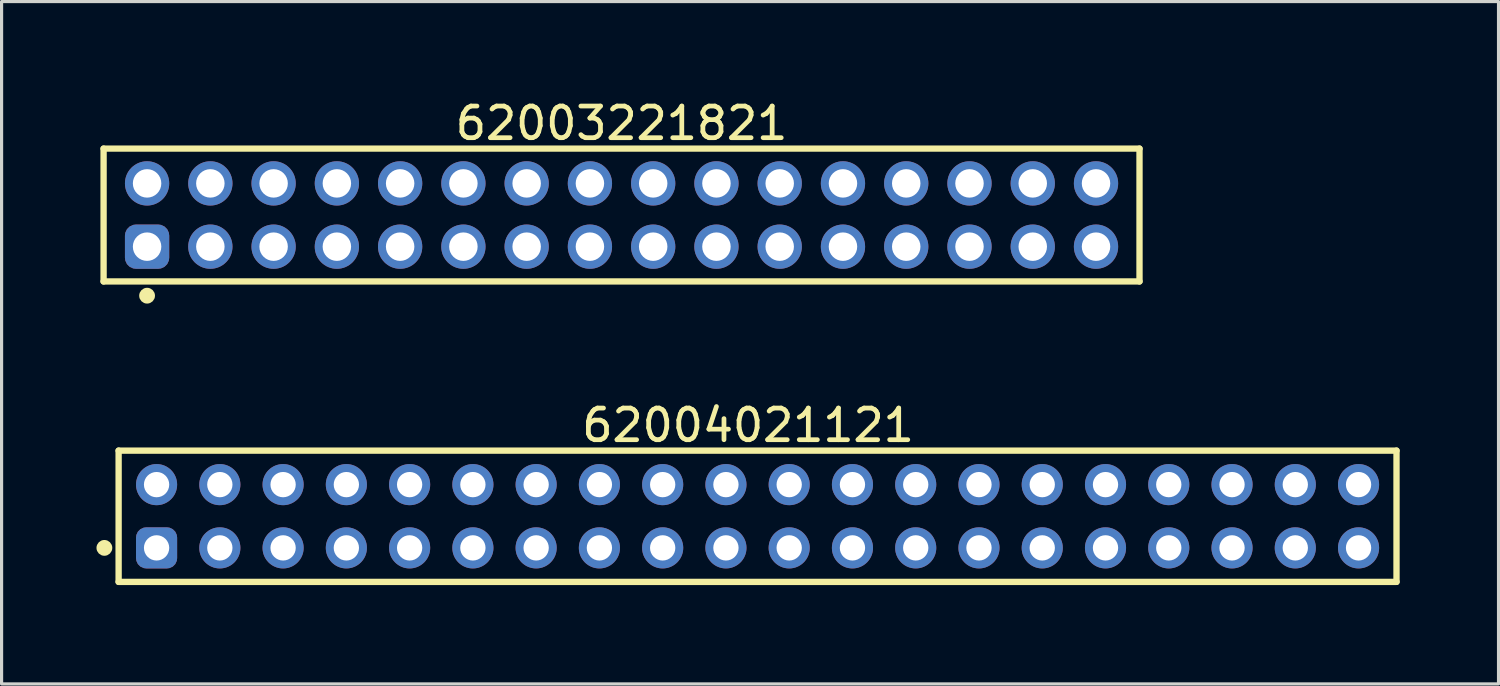
<source format=kicad_pcb>
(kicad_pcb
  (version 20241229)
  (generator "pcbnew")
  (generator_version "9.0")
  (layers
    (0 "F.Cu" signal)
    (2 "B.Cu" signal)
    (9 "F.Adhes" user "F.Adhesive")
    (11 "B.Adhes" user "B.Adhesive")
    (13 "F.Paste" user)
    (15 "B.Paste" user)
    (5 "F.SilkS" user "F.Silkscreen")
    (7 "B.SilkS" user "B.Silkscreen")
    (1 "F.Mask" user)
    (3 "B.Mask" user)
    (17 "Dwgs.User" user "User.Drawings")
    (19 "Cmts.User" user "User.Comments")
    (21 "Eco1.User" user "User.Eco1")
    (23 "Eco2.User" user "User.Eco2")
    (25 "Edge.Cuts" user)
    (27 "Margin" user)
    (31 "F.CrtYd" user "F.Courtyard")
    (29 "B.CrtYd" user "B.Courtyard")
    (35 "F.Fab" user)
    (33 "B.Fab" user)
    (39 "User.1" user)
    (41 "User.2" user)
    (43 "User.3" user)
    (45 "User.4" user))
  (footprint "62003221821"
    (layer "F.Cu")
    (at 16.6 3.748)
    (property "Reference" "62003221821" (at -0.000005 -2.9 0) (layer "F.SilkS") (effects (font (size 1 1) (thickness 0.15))))
    (fp_line (start -16.375 -2.1) (end 16.375 -2.1) (stroke (width 0.2) (type solid)) (layer "F.SilkS"))
    (fp_line (start -16.375 2.1) (end -16.375 -2.1) (stroke (width 0.2) (type solid)) (layer "F.SilkS"))
    (fp_line (start -16.375 2.1) (end 16.375 2.1) (stroke (width 0.2) (type solid)) (layer "F.SilkS"))
    (fp_line (start 16.375 2.1) (end 16.375 -2.1) (stroke (width 0.2) (type solid)) (layer "F.SilkS"))
    (fp_circle (center -15 2.55) (end -15 2.425) (stroke (width 0.25) (type solid)) (fill no) (layer "F.SilkS"))
    (fp_line (start -16.575 -2.3) (end 16.575 -2.3) (stroke (width 0.05) (type solid)) (layer "Eco2.User"))
    (fp_line (start -16.575 2.3) (end -16.575 -2.3) (stroke (width 0.05) (type solid)) (layer "Eco2.User"))
    (fp_line (start -16.575 2.3) (end 16.575 2.3) (stroke (width 0.05) (type solid)) (layer "Eco2.User"))
    (fp_line (start -16.2 -2) (end 16.2 -2) (stroke (width 0.1) (type solid)) (layer "Eco2.User"))
    (fp_line (start -16.2 2) (end -16.2 -2) (stroke (width 0.1) (type solid)) (layer "Eco2.User"))
    (fp_line (start -16.2 2) (end 16.2 2) (stroke (width 0.1) (type solid)) (layer "Eco2.User"))
    (fp_line (start -0.5 0) (end 0.5 0) (stroke (width 0.05) (type solid)) (layer "Eco2.User"))
    (fp_line (start 0 0.5) (end 0 -0.5) (stroke (width 0.05) (type solid)) (layer "Eco2.User"))
    (fp_line (start 16.2 2) (end 16.2 -2) (stroke (width 0.1) (type solid)) (layer "Eco2.User"))
    (fp_line (start 16.575 2.3) (end 16.575 -2.3) (stroke (width 0.05) (type solid)) (layer "Eco2.User"))
    (fp_text user "${REFERENCE}" (at 0.1 -0.131 0) (unlocked yes) (layer "User.3") (effects (font (size 1 1) (thickness 0.1))))
    (pad "1" thru_hole roundrect (at -15 1) (size 1.4 1.4) (drill 0.9) (layers "*.Cu" "*.Mask") (roundrect_rratio 0.25))
    (pad "2" thru_hole circle (at -15 -1) (size 1.4 1.4) (drill 0.9) (layers "*.Cu" "*.Mask"))
    (pad "3" thru_hole circle (at -13 1) (size 1.4 1.4) (drill 0.9) (layers "*.Cu" "*.Mask"))
    (pad "4" thru_hole circle (at -13 -1) (size 1.4 1.4) (drill 0.9) (layers "*.Cu" "*.Mask"))
    (pad "5" thru_hole circle (at -11 1) (size 1.4 1.4) (drill 0.9) (layers "*.Cu" "*.Mask"))
    (pad "6" thru_hole circle (at -11 -1) (size 1.4 1.4) (drill 0.9) (layers "*.Cu" "*.Mask"))
    (pad "7" thru_hole circle (at -9 1) (size 1.4 1.4) (drill 0.9) (layers "*.Cu" "*.Mask"))
    (pad "8" thru_hole circle (at -9 -1) (size 1.4 1.4) (drill 0.9) (layers "*.Cu" "*.Mask"))
    (pad "9" thru_hole circle (at -7 1) (size 1.4 1.4) (drill 0.9) (layers "*.Cu" "*.Mask"))
    (pad "10" thru_hole circle (at -7 -1) (size 1.4 1.4) (drill 0.9) (layers "*.Cu" "*.Mask"))
    (pad "11" thru_hole circle (at -5 1) (size 1.4 1.4) (drill 0.9) (layers "*.Cu" "*.Mask"))
    (pad "12" thru_hole circle (at -5 -1) (size 1.4 1.4) (drill 0.9) (layers "*.Cu" "*.Mask"))
    (pad "13" thru_hole circle (at -3 1) (size 1.4 1.4) (drill 0.9) (layers "*.Cu" "*.Mask"))
    (pad "14" thru_hole circle (at -3 -1) (size 1.4 1.4) (drill 0.9) (layers "*.Cu" "*.Mask"))
    (pad "15" thru_hole circle (at -1 1) (size 1.4 1.4) (drill 0.9) (layers "*.Cu" "*.Mask"))
    (pad "16" thru_hole circle (at -1 -1) (size 1.4 1.4) (drill 0.9) (layers "*.Cu" "*.Mask"))
    (pad "17" thru_hole circle (at 1 1) (size 1.4 1.4) (drill 0.9) (layers "*.Cu" "*.Mask"))
    (pad "18" thru_hole circle (at 1 -1) (size 1.4 1.4) (drill 0.9) (layers "*.Cu" "*.Mask"))
    (pad "19" thru_hole circle (at 3 1) (size 1.4 1.4) (drill 0.9) (layers "*.Cu" "*.Mask"))
    (pad "20" thru_hole circle (at 3 -1) (size 1.4 1.4) (drill 0.9) (layers "*.Cu" "*.Mask"))
    (pad "21" thru_hole circle (at 5 1) (size 1.4 1.4) (drill 0.9) (layers "*.Cu" "*.Mask"))
    (pad "22" thru_hole circle (at 5 -1) (size 1.4 1.4) (drill 0.9) (layers "*.Cu" "*.Mask"))
    (pad "23" thru_hole circle (at 7 1) (size 1.4 1.4) (drill 0.9) (layers "*.Cu" "*.Mask"))
    (pad "24" thru_hole circle (at 7 -1) (size 1.4 1.4) (drill 0.9) (layers "*.Cu" "*.Mask"))
    (pad "25" thru_hole circle (at 9 1) (size 1.4 1.4) (drill 0.9) (layers "*.Cu" "*.Mask"))
    (pad "26" thru_hole circle (at 9 -1) (size 1.4 1.4) (drill 0.9) (layers "*.Cu" "*.Mask"))
    (pad "27" thru_hole circle (at 11 1) (size 1.4 1.4) (drill 0.9) (layers "*.Cu" "*.Mask"))
    (pad "28" thru_hole circle (at 11 -1) (size 1.4 1.4) (drill 0.9) (layers "*.Cu" "*.Mask"))
    (pad "29" thru_hole circle (at 13 1) (size 1.4 1.4) (drill 0.9) (layers "*.Cu" "*.Mask"))
    (pad "30" thru_hole circle (at 13 -1) (size 1.4 1.4) (drill 0.9) (layers "*.Cu" "*.Mask"))
    (pad "31" thru_hole circle (at 15 1) (size 1.4 1.4) (drill 0.9) (layers "*.Cu" "*.Mask"))
    (pad "32" thru_hole circle (at 15 -1) (size 1.4 1.4) (drill 0.9) (layers "*.Cu" "*.Mask")))
  (footprint "62004021121"
    (layer "F.Cu")
    (at 20.9 13.271)
    (property "Reference" "62004021121" (at -0.3 -2.875 0) (layer "F.SilkS") (effects (font (size 1 1) (thickness 0.15))))
    (fp_line (start -20.2 -2.075) (end 20.2 -2.075) (stroke (width 0.2) (type solid)) (layer "F.SilkS"))
    (fp_line (start -20.2 2.075) (end -20.2 -2.075) (stroke (width 0.2) (type solid)) (layer "F.SilkS"))
    (fp_line (start -20.2 2.075) (end 20.2 2.075) (stroke (width 0.2) (type solid)) (layer "F.SilkS"))
    (fp_line (start 20.2 2.075) (end 20.2 -2.075) (stroke (width 0.2) (type solid)) (layer "F.SilkS"))
    (fp_circle (center -20.65 1) (end -20.65 0.875) (stroke (width 0.25) (type solid)) (fill no) (layer "F.SilkS"))
    (fp_line (start -20.4 -2.275) (end 20.4 -2.275) (stroke (width 0.05) (type solid)) (layer "Eco2.User"))
    (fp_line (start -20.4 2.275) (end -20.4 -2.275) (stroke (width 0.05) (type solid)) (layer "Eco2.User"))
    (fp_line (start -20.4 2.275) (end 20.4 2.275) (stroke (width 0.05) (type solid)) (layer "Eco2.User"))
    (fp_line (start -20 -2) (end 20 -2) (stroke (width 0.1) (type solid)) (layer "Eco2.User"))
    (fp_line (start -20 2) (end -20 -2) (stroke (width 0.1) (type solid)) (layer "Eco2.User"))
    (fp_line (start -20 2) (end 20 2) (stroke (width 0.1) (type solid)) (layer "Eco2.User"))
    (fp_line (start -0.5 0) (end 0.5 0) (stroke (width 0.05) (type solid)) (layer "Eco2.User"))
    (fp_line (start 0 0.5) (end 0 -0.5) (stroke (width 0.05) (type solid)) (layer "Eco2.User"))
    (fp_line (start 20 2) (end 20 -2) (stroke (width 0.1) (type solid)) (layer "Eco2.User"))
    (fp_line (start 20.4 2.275) (end 20.4 -2.275) (stroke (width 0.05) (type solid)) (layer "Eco2.User"))
    (fp_text user "${REFERENCE}" (at 0.15 -0.197 0) (unlocked yes) (layer "User.3") (effects (font (size 1.5 1.5) (thickness 0.15))))
    (pad "1" thru_hole roundrect (at -19 1) (size 1.3 1.3) (drill 0.8) (layers "*.Cu" "*.Mask") (roundrect_rratio 0.25))
    (pad "2" thru_hole circle (at -19 -1) (size 1.3 1.3) (drill 0.8) (layers "*.Cu" "*.Mask"))
    (pad "3" thru_hole circle (at -17 1) (size 1.3 1.3) (drill 0.8) (layers "*.Cu" "*.Mask"))
    (pad "4" thru_hole circle (at -17 -1) (size 1.3 1.3) (drill 0.8) (layers "*.Cu" "*.Mask"))
    (pad "5" thru_hole circle (at -15 1) (size 1.3 1.3) (drill 0.8) (layers "*.Cu" "*.Mask"))
    (pad "6" thru_hole circle (at -15 -1) (size 1.3 1.3) (drill 0.8) (layers "*.Cu" "*.Mask"))
    (pad "7" thru_hole circle (at -13 1) (size 1.3 1.3) (drill 0.8) (layers "*.Cu" "*.Mask"))
    (pad "8" thru_hole circle (at -13 -1) (size 1.3 1.3) (drill 0.8) (layers "*.Cu" "*.Mask"))
    (pad "9" thru_hole circle (at -11 1) (size 1.3 1.3) (drill 0.8) (layers "*.Cu" "*.Mask"))
    (pad "10" thru_hole circle (at -11 -1) (size 1.3 1.3) (drill 0.8) (layers "*.Cu" "*.Mask"))
    (pad "11" thru_hole circle (at -9 1) (size 1.3 1.3) (drill 0.8) (layers "*.Cu" "*.Mask"))
    (pad "12" thru_hole circle (at -9 -1) (size 1.3 1.3) (drill 0.8) (layers "*.Cu" "*.Mask"))
    (pad "13" thru_hole circle (at -7 1) (size 1.3 1.3) (drill 0.8) (layers "*.Cu" "*.Mask"))
    (pad "14" thru_hole circle (at -7 -1) (size 1.3 1.3) (drill 0.8) (layers "*.Cu" "*.Mask"))
    (pad "15" thru_hole circle (at -5 1) (size 1.3 1.3) (drill 0.8) (layers "*.Cu" "*.Mask"))
    (pad "16" thru_hole circle (at -5 -1) (size 1.3 1.3) (drill 0.8) (layers "*.Cu" "*.Mask"))
    (pad "17" thru_hole circle (at -3 1) (size 1.3 1.3) (drill 0.8) (layers "*.Cu" "*.Mask"))
    (pad "18" thru_hole circle (at -3 -1) (size 1.3 1.3) (drill 0.8) (layers "*.Cu" "*.Mask"))
    (pad "19" thru_hole circle (at -1 1) (size 1.3 1.3) (drill 0.8) (layers "*.Cu" "*.Mask"))
    (pad "20" thru_hole circle (at -1 -1) (size 1.3 1.3) (drill 0.8) (layers "*.Cu" "*.Mask"))
    (pad "21" thru_hole circle (at 1 1) (size 1.3 1.3) (drill 0.8) (layers "*.Cu" "*.Mask"))
    (pad "22" thru_hole circle (at 1 -1) (size 1.3 1.3) (drill 0.8) (layers "*.Cu" "*.Mask"))
    (pad "23" thru_hole circle (at 3 1) (size 1.3 1.3) (drill 0.8) (layers "*.Cu" "*.Mask"))
    (pad "24" thru_hole circle (at 3 -1) (size 1.3 1.3) (drill 0.8) (layers "*.Cu" "*.Mask"))
    (pad "25" thru_hole circle (at 5 1) (size 1.3 1.3) (drill 0.8) (layers "*.Cu" "*.Mask"))
    (pad "26" thru_hole circle (at 5 -1) (size 1.3 1.3) (drill 0.8) (layers "*.Cu" "*.Mask"))
    (pad "27" thru_hole circle (at 7 1) (size 1.3 1.3) (drill 0.8) (layers "*.Cu" "*.Mask"))
    (pad "28" thru_hole circle (at 7 -1) (size 1.3 1.3) (drill 0.8) (layers "*.Cu" "*.Mask"))
    (pad "29" thru_hole circle (at 9 1) (size 1.3 1.3) (drill 0.8) (layers "*.Cu" "*.Mask"))
    (pad "30" thru_hole circle (at 9 -1) (size 1.3 1.3) (drill 0.8) (layers "*.Cu" "*.Mask"))
    (pad "31" thru_hole circle (at 11 1) (size 1.3 1.3) (drill 0.8) (layers "*.Cu" "*.Mask"))
    (pad "32" thru_hole circle (at 11 -1) (size 1.3 1.3) (drill 0.8) (layers "*.Cu" "*.Mask"))
    (pad "33" thru_hole circle (at 13 1) (size 1.3 1.3) (drill 0.8) (layers "*.Cu" "*.Mask"))
    (pad "34" thru_hole circle (at 13 -1) (size 1.3 1.3) (drill 0.8) (layers "*.Cu" "*.Mask"))
    (pad "35" thru_hole circle (at 15 1) (size 1.3 1.3) (drill 0.8) (layers "*.Cu" "*.Mask"))
    (pad "36" thru_hole circle (at 15 -1) (size 1.3 1.3) (drill 0.8) (layers "*.Cu" "*.Mask"))
    (pad "37" thru_hole circle (at 17 1) (size 1.3 1.3) (drill 0.8) (layers "*.Cu" "*.Mask"))
    (pad "38" thru_hole circle (at 17 -1) (size 1.3 1.3) (drill 0.8) (layers "*.Cu" "*.Mask"))
    (pad "39" thru_hole circle (at 19 1) (size 1.3 1.3) (drill 0.8) (layers "*.Cu" "*.Mask"))
    (pad "40" thru_hole circle (at 19 -1) (size 1.3 1.3) (drill 0.8) (layers "*.Cu" "*.Mask")))
  (gr_rect
    (start -3 -3)
    (end 44.325 18.572)
    (stroke (width 0.1) (type default))
    (fill no)
    (layer "Edge.Cuts")))
</source>
